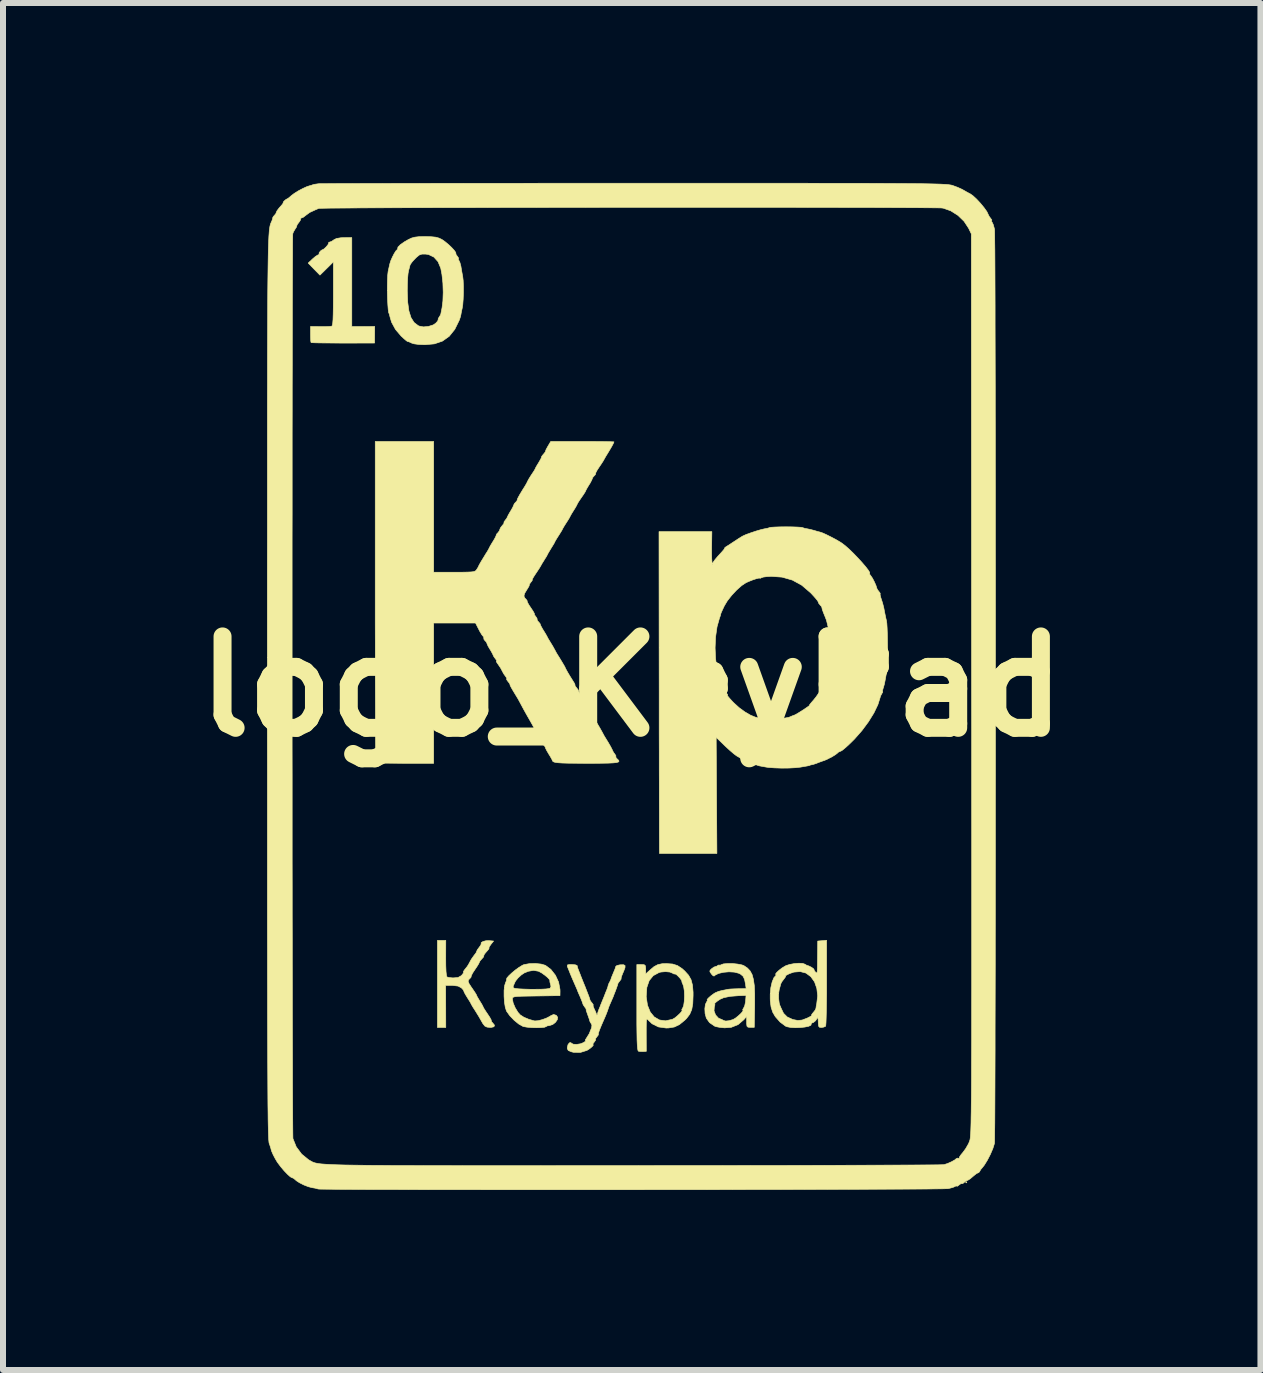
<source format=kicad_pcb>
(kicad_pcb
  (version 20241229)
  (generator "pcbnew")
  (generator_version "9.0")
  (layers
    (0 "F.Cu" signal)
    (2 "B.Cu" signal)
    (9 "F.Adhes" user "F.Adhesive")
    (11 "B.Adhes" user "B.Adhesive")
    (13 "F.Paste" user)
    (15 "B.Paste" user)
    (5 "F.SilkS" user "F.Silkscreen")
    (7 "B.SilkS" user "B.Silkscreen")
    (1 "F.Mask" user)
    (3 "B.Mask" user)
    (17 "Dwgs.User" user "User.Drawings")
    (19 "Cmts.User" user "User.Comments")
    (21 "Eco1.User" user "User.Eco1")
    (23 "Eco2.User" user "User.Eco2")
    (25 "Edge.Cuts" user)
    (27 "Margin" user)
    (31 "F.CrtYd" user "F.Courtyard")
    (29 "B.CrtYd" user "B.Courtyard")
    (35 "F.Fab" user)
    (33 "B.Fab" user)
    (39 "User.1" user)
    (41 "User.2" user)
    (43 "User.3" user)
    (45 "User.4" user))
  (footprint "logo_KeyPad"
    (layer "F.Cu")
    (at 7.482 8.395)
    (property "Reference" "logo_KeyPad" (at 0 0 0) (layer "F.SilkS") (effects (font (size 1.524 1.524) (thickness 0.3))))
    (attr through_hole)
    (fp_poly (pts (xy 5.588 8.266) (xy 5.577 8.276) (xy 5.567 8.266) (xy 5.577 8.255) (xy 5.588 8.266)) (stroke (width 0.01) (type solid)) (fill yes) (layer "F.SilkS"))
    (fp_poly (pts (xy -4.667 -6.742) (xy -4.667 -6.001) (xy -4.476 -6.001) (xy -4.285 -6.002) (xy -4.286 -5.864) (xy -4.287 -5.726) (xy -4.812 -5.725) (xy -4.957 -5.726) (xy -5.087 -5.727) (xy -5.197 -5.728) (xy -5.28 -5.73) (xy -5.332 -5.732) (xy -5.346 -5.734) (xy -5.351 -5.758) (xy -5.354 -5.813) (xy -5.355 -5.873) (xy -5.355 -6.002) (xy -5.191 -6) (xy -5.109 -6) (xy -5.043 -6.002) (xy -5.004 -6.006) (xy -5.001 -6.007) (xy -4.992 -6.02) (xy -4.985 -6.055) (xy -4.98 -6.116) (xy -4.977 -6.207) (xy -4.975 -6.331) (xy -4.974 -6.493) (xy -4.974 -6.547) (xy -4.974 -7.079) (xy -5.086 -6.968) (xy -5.198 -6.858) (xy -5.296 -6.958) (xy -5.394 -7.059) (xy -5.321 -7.128) (xy -5.273 -7.169) (xy -5.235 -7.193) (xy -5.224 -7.197) (xy -5.21 -7.205) (xy -5.213 -7.21) (xy -5.211 -7.232) (xy -5.188 -7.261) (xy -5.161 -7.28) (xy -5.155 -7.281) (xy -5.13 -7.295) (xy -5.096 -7.327) (xy -5.066 -7.363) (xy -5.052 -7.39) (xy -5.053 -7.396) (xy -5.049 -7.407) (xy -5.038 -7.408) (xy -5.001 -7.422) (xy -4.969 -7.445) (xy -4.923 -7.469) (xy -4.85 -7.481) (xy -4.798 -7.483) (xy -4.667 -7.484) (xy -4.667 -6.742)) (stroke (width 0.01) (type solid)) (fill yes) (layer "F.SilkS"))
    (fp_poly (pts (xy 0.682 4.627) (xy 0.763 4.653) (xy 0.84 4.704) (xy 0.884 4.744) (xy 0.947 4.813) (xy 0.989 4.888) (xy 1.013 4.979) (xy 1.023 5.096) (xy 1.023 5.154) (xy 1.018 5.285) (xy 1.001 5.385) (xy 0.967 5.465) (xy 0.913 5.536) (xy 0.884 5.564) (xy 0.796 5.636) (xy 0.711 5.677) (xy 0.614 5.693) (xy 0.574 5.694) (xy 0.446 5.676) (xy 0.339 5.623) (xy 0.276 5.562) (xy 0.262 5.547) (xy 0.252 5.547) (xy 0.246 5.567) (xy 0.243 5.613) (xy 0.242 5.69) (xy 0.242 5.801) (xy 0.243 6.083) (xy 0.19 6.086) (xy 0.139 6.085) (xy 0.111 6.08) (xy 0.104 6.068) (xy 0.098 6.036) (xy 0.093 5.979) (xy 0.089 5.895) (xy 0.087 5.781) (xy 0.085 5.632) (xy 0.085 5.446) (xy 0.085 5.353) (xy 0.085 5.161) (xy 0.242 5.161) (xy 0.242 5.175) (xy 0.263 5.315) (xy 0.309 5.428) (xy 0.376 5.51) (xy 0.463 5.56) (xy 0.564 5.574) (xy 0.678 5.549) (xy 0.682 5.547) (xy 0.717 5.527) (xy 0.759 5.493) (xy 0.8 5.455) (xy 0.831 5.421) (xy 0.842 5.4) (xy 0.837 5.397) (xy 0.835 5.384) (xy 0.848 5.364) (xy 0.866 5.32) (xy 0.876 5.249) (xy 0.88 5.163) (xy 0.877 5.077) (xy 0.866 5.004) (xy 0.854 4.969) (xy 0.837 4.929) (xy 0.835 4.911) (xy 0.836 4.911) (xy 0.83 4.897) (xy 0.804 4.862) (xy 0.79 4.847) (xy 0.753 4.81) (xy 0.727 4.793) (xy 0.723 4.794) (xy 0.701 4.792) (xy 0.686 4.782) (xy 0.636 4.761) (xy 0.563 4.754) (xy 0.485 4.761) (xy 0.455 4.769) (xy 0.359 4.821) (xy 0.291 4.904) (xy 0.252 5.017) (xy 0.242 5.161) (xy 0.085 5.161) (xy 0.085 4.636) (xy 0.159 4.636) (xy 0.207 4.638) (xy 0.228 4.656) (xy 0.233 4.7) (xy 0.233 4.714) (xy 0.233 4.792) (xy 0.302 4.73) (xy 0.373 4.67) (xy 0.436 4.637) (xy 0.507 4.622) (xy 0.58 4.62) (xy 0.682 4.627)) (stroke (width 0.01) (type solid)) (fill yes) (layer "F.SilkS"))
    (fp_poly (pts (xy -1.51 4.628) (xy -1.439 4.649) (xy -1.348 4.717) (xy -1.272 4.814) (xy -1.219 4.929) (xy -1.196 5.051) (xy -1.195 5.08) (xy -1.196 5.154) (xy -1.593 5.16) (xy -1.731 5.162) (xy -1.833 5.164) (xy -1.904 5.167) (xy -1.949 5.172) (xy -1.975 5.18) (xy -1.986 5.19) (xy -1.989 5.205) (xy -1.989 5.213) (xy -1.976 5.279) (xy -1.942 5.358) (xy -1.897 5.432) (xy -1.86 5.474) (xy -1.798 5.514) (xy -1.713 5.55) (xy -1.626 5.574) (xy -1.614 5.576) (xy -1.561 5.572) (xy -1.49 5.554) (xy -1.418 5.527) (xy -1.362 5.498) (xy -1.352 5.49) (xy -1.303 5.468) (xy -1.258 5.482) (xy -1.235 5.515) (xy -1.24 5.554) (xy -1.271 5.599) (xy -1.317 5.635) (xy -1.365 5.651) (xy -1.368 5.652) (xy -1.41 5.659) (xy -1.427 5.67) (xy -1.454 5.681) (xy -1.512 5.687) (xy -1.587 5.689) (xy -1.669 5.687) (xy -1.745 5.68) (xy -1.804 5.67) (xy -1.815 5.666) (xy -1.884 5.627) (xy -1.961 5.564) (xy -2.032 5.49) (xy -2.085 5.416) (xy -2.088 5.411) (xy -2.108 5.349) (xy -2.122 5.262) (xy -2.128 5.164) (xy -2.128 5.067) (xy -2.122 5.014) (xy -1.977 5.014) (xy -1.97 5.026) (xy -1.942 5.034) (xy -1.882 5.041) (xy -1.8 5.045) (xy -1.703 5.048) (xy -1.603 5.048) (xy -1.509 5.047) (xy -1.43 5.043) (xy -1.377 5.036) (xy -1.361 5.031) (xy -1.346 5.001) (xy -1.354 4.965) (xy -1.365 4.924) (xy -1.364 4.906) (xy -1.371 4.886) (xy -1.402 4.852) (xy -1.449 4.813) (xy -1.501 4.776) (xy -1.547 4.751) (xy -1.556 4.747) (xy -1.637 4.733) (xy -1.723 4.748) (xy -1.792 4.776) (xy -1.841 4.809) (xy -1.893 4.857) (xy -1.935 4.908) (xy -1.957 4.95) (xy -1.958 4.957) (xy -1.971 4.983) (xy -1.974 4.986) (xy -1.977 5.014) (xy -2.122 5.014) (xy -2.119 4.988) (xy -2.106 4.945) (xy -2.089 4.904) (xy -2.087 4.883) (xy -2.082 4.862) (xy -2.05 4.824) (xy -2 4.777) (xy -1.94 4.727) (xy -1.878 4.682) (xy -1.824 4.649) (xy -1.797 4.637) (xy -1.707 4.621) (xy -1.605 4.618) (xy -1.51 4.628)) (stroke (width 0.01) (type solid)) (fill yes) (layer "F.SilkS"))
    (fp_poly (pts (xy -3.101 4.531) (xy -3.1 4.656) (xy -3.096 4.752) (xy -3.089 4.816) (xy -3.08 4.843) (xy -3.047 4.852) (xy -2.99 4.858) (xy -2.968 4.858) (xy -2.896 4.852) (xy -2.846 4.824) (xy -2.832 4.811) (xy -2.806 4.778) (xy -2.803 4.763) (xy -2.805 4.763) (xy -2.805 4.749) (xy -2.782 4.717) (xy -2.78 4.715) (xy -2.744 4.67) (xy -2.722 4.636) (xy -2.675 4.549) (xy -2.624 4.477) (xy -2.619 4.472) (xy -2.593 4.436) (xy -2.586 4.417) (xy -2.574 4.39) (xy -2.544 4.35) (xy -2.517 4.313) (xy -2.51 4.291) (xy -2.51 4.291) (xy -2.51 4.271) (xy -2.48 4.252) (xy -2.432 4.239) (xy -2.381 4.237) (xy -2.303 4.244) (xy -2.349 4.302) (xy -2.375 4.34) (xy -2.381 4.36) (xy -2.379 4.36) (xy -2.381 4.374) (xy -2.407 4.406) (xy -2.42 4.42) (xy -2.454 4.46) (xy -2.467 4.487) (xy -2.466 4.491) (xy -2.472 4.511) (xy -2.498 4.54) (xy -2.529 4.575) (xy -2.54 4.597) (xy -2.551 4.622) (xy -2.581 4.671) (xy -2.613 4.718) (xy -2.65 4.774) (xy -2.672 4.816) (xy -2.676 4.831) (xy -2.681 4.851) (xy -2.698 4.868) (xy -2.721 4.892) (xy -2.727 4.917) (xy -2.712 4.954) (xy -2.675 5.011) (xy -2.656 5.038) (xy -2.618 5.094) (xy -2.593 5.134) (xy -2.586 5.149) (xy -2.578 5.168) (xy -2.553 5.211) (xy -2.533 5.244) (xy -2.5 5.297) (xy -2.48 5.335) (xy -2.477 5.344) (xy -2.465 5.366) (xy -2.436 5.412) (xy -2.404 5.459) (xy -2.367 5.515) (xy -2.344 5.557) (xy -2.341 5.572) (xy -2.335 5.591) (xy -2.318 5.609) (xy -2.288 5.647) (xy -2.297 5.673) (xy -2.344 5.684) (xy -2.36 5.684) (xy -2.412 5.679) (xy -2.448 5.662) (xy -2.48 5.623) (xy -2.512 5.567) (xy -2.548 5.504) (xy -2.594 5.429) (xy -2.614 5.397) (xy -2.649 5.343) (xy -2.672 5.303) (xy -2.678 5.292) (xy -2.689 5.269) (xy -2.717 5.224) (xy -2.741 5.186) (xy -2.775 5.13) (xy -2.796 5.09) (xy -2.799 5.077) (xy -2.811 5.055) (xy -2.839 5.025) (xy -2.895 4.995) (xy -2.983 4.984) (xy -2.992 4.984) (xy -3.102 4.983) (xy -3.101 5.334) (xy -3.1 5.685) (xy -3.239 5.685) (xy -3.239 4.233) (xy -3.1 4.233) (xy -3.101 4.531)) (stroke (width 0.01) (type solid)) (fill yes) (layer "F.SilkS"))
    (fp_poly (pts (xy 1.683 4.619) (xy 1.767 4.628) (xy 1.838 4.642) (xy 1.871 4.655) (xy 1.929 4.694) (xy 1.973 4.741) (xy 2.007 4.803) (xy 2.029 4.884) (xy 2.044 4.989) (xy 2.05 5.125) (xy 2.05 5.295) (xy 2.049 5.366) (xy 2.043 5.683) (xy 1.979 5.683) (xy 1.939 5.68) (xy 1.921 5.663) (xy 1.916 5.621) (xy 1.916 5.592) (xy 1.916 5.501) (xy 1.869 5.555) (xy 1.772 5.638) (xy 1.658 5.683) (xy 1.548 5.691) (xy 1.473 5.684) (xy 1.409 5.672) (xy 1.383 5.663) (xy 1.297 5.604) (xy 1.246 5.532) (xy 1.243 5.525) (xy 1.223 5.452) (xy 1.221 5.408) (xy 1.372 5.408) (xy 1.398 5.476) (xy 1.447 5.53) (xy 1.506 5.554) (xy 1.533 5.569) (xy 1.567 5.578) (xy 1.624 5.572) (xy 1.688 5.553) (xy 1.693 5.551) (xy 1.73 5.529) (xy 1.774 5.494) (xy 1.816 5.456) (xy 1.847 5.421) (xy 1.858 5.4) (xy 1.853 5.397) (xy 1.851 5.384) (xy 1.864 5.364) (xy 1.884 5.322) (xy 1.897 5.259) (xy 1.899 5.241) (xy 1.906 5.151) (xy 1.784 5.155) (xy 1.64 5.166) (xy 1.534 5.188) (xy 1.476 5.213) (xy 1.433 5.241) (xy 1.398 5.269) (xy 1.381 5.288) (xy 1.384 5.292) (xy 1.387 5.308) (xy 1.377 5.34) (xy 1.372 5.408) (xy 1.221 5.408) (xy 1.219 5.372) (xy 1.228 5.302) (xy 1.245 5.265) (xy 1.262 5.237) (xy 1.258 5.228) (xy 1.258 5.217) (xy 1.283 5.19) (xy 1.323 5.155) (xy 1.368 5.122) (xy 1.392 5.107) (xy 1.446 5.084) (xy 1.507 5.068) (xy 1.565 5.057) (xy 1.608 5.048) (xy 1.609 5.048) (xy 1.646 5.044) (xy 1.71 5.041) (xy 1.774 5.039) (xy 1.908 5.038) (xy 1.898 4.969) (xy 1.882 4.885) (xy 1.857 4.832) (xy 1.816 4.797) (xy 1.784 4.781) (xy 1.71 4.762) (xy 1.621 4.757) (xy 1.529 4.765) (xy 1.448 4.784) (xy 1.39 4.813) (xy 1.376 4.827) (xy 1.358 4.824) (xy 1.328 4.793) (xy 1.328 4.792) (xy 1.303 4.755) (xy 1.306 4.731) (xy 1.333 4.705) (xy 1.371 4.678) (xy 1.392 4.671) (xy 1.42 4.662) (xy 1.434 4.652) (xy 1.457 4.641) (xy 1.46 4.646) (xy 1.473 4.649) (xy 1.487 4.64) (xy 1.529 4.625) (xy 1.599 4.619) (xy 1.683 4.619)) (stroke (width 0.01) (type solid)) (fill yes) (layer "F.SilkS"))
    (fp_poly (pts (xy 3.249 4.94) (xy 3.249 5.109) (xy 3.247 5.265) (xy 3.245 5.402) (xy 3.242 5.516) (xy 3.239 5.601) (xy 3.235 5.652) (xy 3.232 5.665) (xy 3.2 5.679) (xy 3.163 5.685) (xy 3.132 5.682) (xy 3.116 5.664) (xy 3.111 5.619) (xy 3.11 5.59) (xy 3.107 5.54) (xy 3.1 5.519) (xy 3.096 5.524) (xy 3.065 5.573) (xy 3.025 5.604) (xy 3.006 5.609) (xy 2.991 5.621) (xy 2.993 5.627) (xy 2.987 5.648) (xy 2.949 5.665) (xy 2.886 5.678) (xy 2.81 5.686) (xy 2.729 5.689) (xy 2.653 5.685) (xy 2.591 5.673) (xy 2.565 5.663) (xy 2.474 5.595) (xy 2.393 5.503) (xy 2.35 5.429) (xy 2.323 5.344) (xy 2.31 5.241) (xy 2.309 5.202) (xy 2.449 5.202) (xy 2.459 5.279) (xy 2.469 5.313) (xy 2.484 5.347) (xy 2.487 5.355) (xy 2.531 5.448) (xy 2.593 5.51) (xy 2.683 5.551) (xy 2.69 5.553) (xy 2.768 5.568) (xy 2.841 5.561) (xy 2.925 5.529) (xy 2.963 5.51) (xy 2.996 5.491) (xy 3 5.482) (xy 3 5.482) (xy 3 5.469) (xy 3.024 5.438) (xy 3.026 5.436) (xy 3.058 5.396) (xy 3.071 5.367) (xy 3.076 5.33) (xy 3.084 5.292) (xy 3.1 5.158) (xy 3.086 5.034) (xy 3.048 4.925) (xy 2.986 4.838) (xy 2.905 4.778) (xy 2.809 4.753) (xy 2.702 4.762) (xy 2.632 4.786) (xy 2.586 4.809) (xy 2.565 4.823) (xy 2.566 4.825) (xy 2.565 4.839) (xy 2.541 4.873) (xy 2.536 4.879) (xy 2.502 4.924) (xy 2.485 4.958) (xy 2.484 4.959) (xy 2.475 4.997) (xy 2.46 5.048) (xy 2.449 5.118) (xy 2.449 5.202) (xy 2.309 5.202) (xy 2.309 5.13) (xy 2.319 5.022) (xy 2.341 4.926) (xy 2.371 4.854) (xy 2.401 4.821) (xy 2.41 4.807) (xy 2.404 4.805) (xy 2.398 4.794) (xy 2.418 4.767) (xy 2.457 4.731) (xy 2.506 4.693) (xy 2.557 4.662) (xy 2.572 4.654) (xy 2.634 4.634) (xy 2.71 4.62) (xy 2.787 4.614) (xy 2.851 4.617) (xy 2.887 4.63) (xy 2.887 4.63) (xy 2.915 4.647) (xy 2.917 4.648) (xy 2.952 4.659) (xy 2.994 4.68) (xy 3.028 4.703) (xy 3.039 4.718) (xy 3.046 4.741) (xy 3.061 4.758) (xy 3.075 4.771) (xy 3.084 4.776) (xy 3.091 4.767) (xy 3.094 4.738) (xy 3.096 4.683) (xy 3.097 4.597) (xy 3.098 4.503) (xy 3.101 4.244) (xy 3.175 4.238) (xy 3.249 4.231) (xy 3.249 4.94)) (stroke (width 0.01) (type solid)) (fill yes) (layer "F.SilkS"))
    (fp_poly (pts (xy -3.44 -7.501) (xy -3.339 -7.498) (xy -3.269 -7.491) (xy -3.214 -7.476) (xy -3.164 -7.452) (xy -3.114 -7.417) (xy -3.057 -7.37) (xy -3.003 -7.319) (xy -2.959 -7.271) (xy -2.934 -7.235) (xy -2.932 -7.221) (xy -2.928 -7.2) (xy -2.907 -7.172) (xy -2.887 -7.143) (xy -2.889 -7.133) (xy -2.892 -7.12) (xy -2.882 -7.105) (xy -2.864 -7.067) (xy -2.848 -7.008) (xy -2.846 -6.994) (xy -2.833 -6.916) (xy -2.819 -6.841) (xy -2.818 -6.837) (xy -2.81 -6.769) (xy -2.806 -6.673) (xy -2.806 -6.565) (xy -2.81 -6.457) (xy -2.817 -6.365) (xy -2.826 -6.308) (xy -2.839 -6.249) (xy -2.847 -6.205) (xy -2.847 -6.202) (xy -2.857 -6.16) (xy -2.875 -6.107) (xy -2.95 -5.954) (xy -3.043 -5.838) (xy -3.156 -5.758) (xy -3.291 -5.712) (xy -3.447 -5.698) (xy -3.549 -5.702) (xy -3.63 -5.713) (xy -3.671 -5.726) (xy -3.713 -5.746) (xy -3.735 -5.751) (xy -3.754 -5.762) (xy -3.794 -5.796) (xy -3.844 -5.842) (xy -3.938 -5.952) (xy -4.004 -6.074) (xy -4.03 -6.162) (xy -4.039 -6.2) (xy -4.043 -6.212) (xy -4.052 -6.232) (xy -4.06 -6.286) (xy -4.066 -6.366) (xy -4.071 -6.463) (xy -4.074 -6.569) (xy -4.074 -6.592) (xy -3.742 -6.592) (xy -3.735 -6.408) (xy -3.715 -6.262) (xy -3.68 -6.15) (xy -3.629 -6.069) (xy -3.56 -6.016) (xy -3.545 -6.009) (xy -3.473 -5.995) (xy -3.388 -6.003) (xy -3.309 -6.028) (xy -3.269 -6.055) (xy -3.237 -6.09) (xy -3.227 -6.112) (xy -3.228 -6.114) (xy -3.225 -6.136) (xy -3.213 -6.154) (xy -3.189 -6.193) (xy -3.183 -6.209) (xy -3.176 -6.245) (xy -3.165 -6.301) (xy -3.163 -6.308) (xy -3.148 -6.427) (xy -3.143 -6.571) (xy -3.148 -6.724) (xy -3.164 -6.869) (xy -3.184 -6.974) (xy -3.229 -7.082) (xy -3.298 -7.159) (xy -3.388 -7.202) (xy -3.437 -7.209) (xy -3.497 -7.209) (xy -3.541 -7.194) (xy -3.587 -7.157) (xy -3.61 -7.134) (xy -3.657 -7.084) (xy -3.688 -7.041) (xy -3.696 -7.025) (xy -3.706 -6.985) (xy -3.721 -6.93) (xy -3.729 -6.884) (xy -3.736 -6.807) (xy -3.74 -6.708) (xy -3.742 -6.599) (xy -3.742 -6.592) (xy -4.074 -6.592) (xy -4.074 -6.676) (xy -4.072 -6.776) (xy -4.068 -6.861) (xy -4.061 -6.921) (xy -4.059 -6.93) (xy -4.045 -6.993) (xy -4.034 -7.042) (xy -4.032 -7.05) (xy -4.017 -7.098) (xy -3.991 -7.157) (xy -3.961 -7.216) (xy -3.932 -7.262) (xy -3.913 -7.281) (xy -3.912 -7.281) (xy -3.901 -7.294) (xy -3.903 -7.299) (xy -3.897 -7.326) (xy -3.857 -7.366) (xy -3.79 -7.413) (xy -3.726 -7.45) (xy -3.671 -7.476) (xy -3.617 -7.491) (xy -3.548 -7.499) (xy -3.453 -7.501) (xy -3.44 -7.501)) (stroke (width 0.01) (type solid)) (fill yes) (layer "F.SilkS"))
    (fp_poly (pts (xy -0.942 4.64) (xy -0.912 4.651) (xy -0.91 4.655) (xy -0.903 4.688) (xy -0.885 4.735) (xy -0.867 4.78) (xy -0.857 4.805) (xy -0.847 4.832) (xy -0.827 4.882) (xy -0.806 4.935) (xy -0.79 4.974) (xy -0.776 5.008) (xy -0.773 5.016) (xy -0.763 5.042) (xy -0.745 5.088) (xy -0.744 5.091) (xy -0.714 5.168) (xy -0.699 5.212) (xy -0.696 5.228) (xy -0.683 5.25) (xy -0.662 5.276) (xy -0.642 5.304) (xy -0.643 5.313) (xy -0.644 5.329) (xy -0.628 5.369) (xy -0.625 5.376) (xy -0.602 5.424) (xy -0.591 5.454) (xy -0.59 5.455) (xy -0.582 5.479) (xy -0.572 5.475) (xy -0.572 5.466) (xy -0.564 5.431) (xy -0.547 5.383) (xy -0.528 5.338) (xy -0.519 5.313) (xy -0.508 5.286) (xy -0.502 5.271) (xy -0.485 5.229) (xy -0.463 5.176) (xy -0.444 5.127) (xy -0.434 5.101) (xy -0.423 5.075) (xy -0.415 5.055) (xy -0.398 5.009) (xy -0.395 4.992) (xy -0.38 4.949) (xy -0.37 4.932) (xy -0.351 4.893) (xy -0.346 4.879) (xy -0.336 4.848) (xy -0.314 4.795) (xy -0.305 4.773) (xy -0.281 4.716) (xy -0.267 4.675) (xy -0.266 4.667) (xy -0.246 4.652) (xy -0.199 4.641) (xy -0.185 4.64) (xy -0.135 4.639) (xy -0.111 4.653) (xy -0.112 4.688) (xy -0.136 4.752) (xy -0.148 4.778) (xy -0.169 4.831) (xy -0.178 4.863) (xy -0.176 4.868) (xy -0.178 4.881) (xy -0.196 4.905) (xy -0.222 4.938) (xy -0.23 4.953) (xy -0.237 4.979) (xy -0.254 5.028) (xy -0.275 5.085) (xy -0.29 5.122) (xy -0.303 5.156) (xy -0.306 5.165) (xy -0.316 5.189) (xy -0.337 5.237) (xy -0.347 5.26) (xy -0.372 5.317) (xy -0.388 5.358) (xy -0.39 5.366) (xy -0.403 5.405) (xy -0.426 5.465) (xy -0.452 5.527) (xy -0.465 5.556) (xy -0.506 5.65) (xy -0.537 5.726) (xy -0.555 5.778) (xy -0.557 5.799) (xy -0.556 5.8) (xy -0.559 5.813) (xy -0.582 5.842) (xy -0.604 5.872) (xy -0.603 5.884) (xy -0.603 5.897) (xy -0.624 5.927) (xy -0.647 5.957) (xy -0.646 5.969) (xy -0.64 5.979) (xy -0.661 6.005) (xy -0.698 6.036) (xy -0.743 6.065) (xy -0.746 6.067) (xy -0.855 6.101) (xy -0.972 6.099) (xy -1.01 6.089) (xy -1.058 6.068) (xy -1.074 6.037) (xy -1.074 6.018) (xy -1.062 5.97) (xy -1.038 5.94) (xy -1.014 5.938) (xy -1.006 5.947) (xy -0.974 5.964) (xy -0.918 5.967) (xy -0.854 5.957) (xy -0.804 5.937) (xy -0.773 5.916) (xy -0.77 5.906) (xy -0.771 5.906) (xy -0.774 5.893) (xy -0.758 5.868) (xy -0.707 5.786) (xy -0.688 5.736) (xy -0.677 5.71) (xy -0.668 5.688) (xy -0.664 5.645) (xy -0.673 5.625) (xy -0.695 5.589) (xy -0.699 5.577) (xy -0.709 5.543) (xy -0.723 5.503) (xy -0.746 5.438) (xy -0.758 5.403) (xy -0.761 5.388) (xy -0.758 5.385) (xy -0.764 5.37) (xy -0.782 5.346) (xy -0.809 5.306) (xy -0.817 5.284) (xy -0.828 5.251) (xy -0.85 5.197) (xy -0.859 5.175) (xy -0.883 5.121) (xy -0.898 5.086) (xy -0.9 5.08) (xy -0.909 5.056) (xy -0.93 5.008) (xy -0.94 4.985) (xy -0.98 4.894) (xy -1.009 4.826) (xy -1.025 4.787) (xy -1.027 4.784) (xy -1.036 4.758) (xy -1.055 4.713) (xy -1.074 4.665) (xy -1.071 4.642) (xy -1.04 4.636) (xy -0.995 4.636) (xy -0.942 4.64)) (stroke (width 0.01) (type solid)) (fill yes) (layer "F.SilkS"))
    (fp_poly (pts (xy 2.672 -2.661) (xy 2.758 -2.658) (xy 2.819 -2.654) (xy 2.847 -2.649) (xy 2.883 -2.637) (xy 2.921 -2.63) (xy 2.979 -2.618) (xy 3.044 -2.601) (xy 3.099 -2.584) (xy 3.137 -2.575) (xy 3.139 -2.574) (xy 3.179 -2.561) (xy 3.244 -2.532) (xy 3.322 -2.493) (xy 3.402 -2.451) (xy 3.472 -2.41) (xy 3.503 -2.39) (xy 3.558 -2.348) (xy 3.625 -2.289) (xy 3.697 -2.219) (xy 3.77 -2.143) (xy 3.839 -2.068) (xy 3.898 -1.999) (xy 3.942 -1.942) (xy 3.967 -1.902) (xy 3.967 -1.884) (xy 3.965 -1.884) (xy 3.967 -1.871) (xy 3.986 -1.846) (xy 4.014 -1.805) (xy 4.045 -1.745) (xy 4.072 -1.684) (xy 4.086 -1.639) (xy 4.087 -1.635) (xy 4.101 -1.609) (xy 4.122 -1.582) (xy 4.143 -1.554) (xy 4.142 -1.545) (xy 4.141 -1.528) (xy 4.152 -1.483) (xy 4.161 -1.457) (xy 4.183 -1.388) (xy 4.199 -1.326) (xy 4.202 -1.314) (xy 4.222 -1.21) (xy 4.238 -1.133) (xy 4.246 -1.101) (xy 4.253 -1.054) (xy 4.258 -0.974) (xy 4.262 -0.87) (xy 4.264 -0.751) (xy 4.266 -0.627) (xy 4.265 -0.507) (xy 4.263 -0.401) (xy 4.26 -0.316) (xy 4.255 -0.263) (xy 4.254 -0.26) (xy 4.239 -0.182) (xy 4.225 -0.105) (xy 4.225 -0.103) (xy 4.211 -0.034) (xy 4.193 0.028) (xy 4.192 0.029) (xy 4.181 0.069) (xy 4.184 0.085) (xy 4.183 0.098) (xy 4.173 0.113) (xy 4.149 0.158) (xy 4.142 0.182) (xy 4.104 0.303) (xy 4.038 0.441) (xy 3.947 0.588) (xy 3.838 0.735) (xy 3.715 0.875) (xy 3.679 0.911) (xy 3.609 0.979) (xy 3.548 1.033) (xy 3.503 1.069) (xy 3.482 1.079) (xy 3.447 1.094) (xy 3.428 1.112) (xy 3.396 1.137) (xy 3.341 1.171) (xy 3.276 1.204) (xy 3.218 1.231) (xy 3.191 1.24) (xy 3.164 1.249) (xy 3.138 1.259) (xy 3.107 1.27) (xy 3.087 1.279) (xy 3.034 1.297) (xy 3.013 1.302) (xy 2.98 1.309) (xy 2.974 1.312) (xy 2.966 1.316) (xy 2.937 1.323) (xy 2.879 1.333) (xy 2.811 1.345) (xy 2.728 1.354) (xy 2.619 1.36) (xy 2.498 1.361) (xy 2.381 1.357) (xy 2.283 1.35) (xy 2.248 1.345) (xy 2.174 1.332) (xy 2.127 1.323) (xy 2.094 1.313) (xy 2.058 1.299) (xy 2.046 1.294) (xy 2 1.277) (xy 1.972 1.269) (xy 1.941 1.259) (xy 1.887 1.233) (xy 1.822 1.2) (xy 1.761 1.164) (xy 1.746 1.155) (xy 1.702 1.122) (xy 1.639 1.068) (xy 1.569 1.004) (xy 1.545 0.981) (xy 1.408 0.848) (xy 1.42 2.784) (xy 0.943 2.784) (xy 0.805 2.784) (xy 0.683 2.784) (xy 0.583 2.784) (xy 0.509 2.784) (xy 0.469 2.784) (xy 0.463 2.784) (xy 0.463 2.763) (xy 0.462 2.702) (xy 0.462 2.604) (xy 0.461 2.472) (xy 0.461 2.307) (xy 0.461 2.112) (xy 0.46 1.89) (xy 0.46 1.644) (xy 0.459 1.375) (xy 0.459 1.086) (xy 0.458 0.781) (xy 0.458 0.46) (xy 0.458 0.128) (xy 0.458 0.101) (xy 0.457 -0.644) (xy 1.39 -0.644) (xy 1.398 -0.463) (xy 1.422 -0.296) (xy 1.46 -0.159) (xy 1.471 -0.12) (xy 1.467 -0.106) (xy 1.47 -0.093) (xy 1.492 -0.064) (xy 1.515 -0.033) (xy 1.513 -0.021) (xy 1.513 -0.008) (xy 1.535 0.021) (xy 1.557 0.052) (xy 1.556 0.064) (xy 1.555 0.077) (xy 1.577 0.106) (xy 1.599 0.136) (xy 1.597 0.148) (xy 1.602 0.162) (xy 1.632 0.198) (xy 1.68 0.251) (xy 1.705 0.276) (xy 1.791 0.354) (xy 1.887 0.424) (xy 1.98 0.478) (xy 2.06 0.511) (xy 2.083 0.516) (xy 2.12 0.529) (xy 2.13 0.535) (xy 2.159 0.543) (xy 2.219 0.546) (xy 2.301 0.545) (xy 2.392 0.541) (xy 2.483 0.534) (xy 2.562 0.525) (xy 2.619 0.514) (xy 2.635 0.508) (xy 2.682 0.488) (xy 2.71 0.478) (xy 2.711 0.478) (xy 2.734 0.467) (xy 2.778 0.441) (xy 2.833 0.407) (xy 2.888 0.371) (xy 2.933 0.34) (xy 2.959 0.321) (xy 2.96 0.318) (xy 2.966 0.304) (xy 2.995 0.268) (xy 3.03 0.228) (xy 3.071 0.177) (xy 3.115 0.114) (xy 3.155 0.048) (xy 3.185 -0.01) (xy 3.199 -0.049) (xy 3.199 -0.058) (xy 3.205 -0.079) (xy 3.225 -0.121) (xy 3.228 -0.127) (xy 3.247 -0.169) (xy 3.252 -0.19) (xy 3.251 -0.191) (xy 3.25 -0.208) (xy 3.262 -0.252) (xy 3.268 -0.27) (xy 3.28 -0.328) (xy 3.289 -0.417) (xy 3.294 -0.527) (xy 3.296 -0.646) (xy 3.295 -0.764) (xy 3.29 -0.87) (xy 3.281 -0.954) (xy 3.277 -0.979) (xy 3.26 -1.05) (xy 3.25 -1.091) (xy 3.242 -1.117) (xy 3.233 -1.139) (xy 3.232 -1.143) (xy 3.195 -1.234) (xy 3.175 -1.29) (xy 3.171 -1.316) (xy 3.159 -1.339) (xy 3.143 -1.355) (xy 3.116 -1.389) (xy 3.111 -1.406) (xy 3.098 -1.431) (xy 3.06 -1.477) (xy 3.006 -1.537) (xy 2.981 -1.563) (xy 2.835 -1.688) (xy 2.678 -1.774) (xy 2.507 -1.823) (xy 2.329 -1.836) (xy 2.254 -1.832) (xy 2.194 -1.824) (xy 2.164 -1.814) (xy 2.141 -1.803) (xy 2.138 -1.806) (xy 2.12 -1.807) (xy 2.075 -1.796) (xy 2.015 -1.776) (xy 1.952 -1.751) (xy 1.905 -1.73) (xy 1.832 -1.682) (xy 1.748 -1.607) (xy 1.665 -1.518) (xy 1.593 -1.426) (xy 1.544 -1.344) (xy 1.513 -1.278) (xy 1.491 -1.229) (xy 1.483 -1.206) (xy 1.478 -1.181) (xy 1.462 -1.137) (xy 1.422 -0.994) (xy 1.398 -0.825) (xy 1.39 -0.644) (xy 0.457 -0.644) (xy 0.455 -2.582) (xy 1.336 -2.582) (xy 1.332 -2.317) (xy 1.332 -2.214) (xy 1.334 -2.128) (xy 1.339 -2.066) (xy 1.345 -2.037) (xy 1.345 -2.036) (xy 1.353 -2.036) (xy 1.349 -2.044) (xy 1.356 -2.069) (xy 1.388 -2.114) (xy 1.437 -2.172) (xy 1.451 -2.187) (xy 1.502 -2.243) (xy 1.538 -2.285) (xy 1.551 -2.306) (xy 1.55 -2.307) (xy 1.553 -2.316) (xy 1.579 -2.334) (xy 1.623 -2.361) (xy 1.683 -2.401) (xy 1.717 -2.423) (xy 1.779 -2.464) (xy 1.835 -2.499) (xy 1.855 -2.51) (xy 1.908 -2.534) (xy 1.986 -2.562) (xy 2.073 -2.591) (xy 2.155 -2.615) (xy 2.215 -2.629) (xy 2.223 -2.63) (xy 2.272 -2.64) (xy 2.297 -2.649) (xy 2.325 -2.654) (xy 2.387 -2.658) (xy 2.472 -2.661) (xy 2.572 -2.662) (xy 2.672 -2.661)) (stroke (width 0.01) (type solid)) (fill yes) (layer "F.SilkS"))
    (fp_poly (pts (xy -0.823 -4.085) (xy -0.679 -4.085) (xy -0.55 -4.084) (xy -0.441 -4.083) (xy -0.359 -4.081) (xy -0.309 -4.079) (xy -0.296 -4.078) (xy -0.306 -4.053) (xy -0.331 -4.005) (xy -0.365 -3.947) (xy -0.4 -3.889) (xy -0.403 -3.884) (xy -0.435 -3.832) (xy -0.458 -3.791) (xy -0.459 -3.789) (xy -0.479 -3.754) (xy -0.514 -3.7) (xy -0.542 -3.659) (xy -0.578 -3.604) (xy -0.599 -3.564) (xy -0.601 -3.551) (xy -0.607 -3.531) (xy -0.624 -3.514) (xy -0.651 -3.483) (xy -0.656 -3.468) (xy -0.667 -3.441) (xy -0.693 -3.391) (xy -0.713 -3.36) (xy -0.744 -3.308) (xy -0.763 -3.273) (xy -0.766 -3.265) (xy -0.775 -3.246) (xy -0.802 -3.203) (xy -0.836 -3.154) (xy -0.875 -3.097) (xy -0.902 -3.054) (xy -0.91 -3.037) (xy -0.921 -3.014) (xy -0.947 -2.969) (xy -0.968 -2.936) (xy -1.001 -2.883) (xy -1.022 -2.846) (xy -1.027 -2.836) (xy -1.038 -2.814) (xy -1.066 -2.768) (xy -1.09 -2.731) (xy -1.125 -2.676) (xy -1.148 -2.636) (xy -1.154 -2.625) (xy -1.165 -2.602) (xy -1.193 -2.557) (xy -1.217 -2.519) (xy -1.252 -2.464) (xy -1.275 -2.425) (xy -1.281 -2.413) (xy -1.292 -2.39) (xy -1.319 -2.345) (xy -1.336 -2.318) (xy -1.371 -2.26) (xy -1.398 -2.214) (xy -1.404 -2.201) (xy -1.425 -2.162) (xy -1.458 -2.111) (xy -1.46 -2.106) (xy -1.493 -2.054) (xy -1.516 -2.013) (xy -1.517 -2.011) (xy -1.537 -1.977) (xy -1.573 -1.922) (xy -1.602 -1.879) (xy -1.637 -1.825) (xy -1.657 -1.789) (xy -1.658 -1.778) (xy -1.66 -1.765) (xy -1.683 -1.736) (xy -1.706 -1.705) (xy -1.708 -1.693) (xy -1.71 -1.678) (xy -1.732 -1.639) (xy -1.747 -1.616) (xy -1.786 -1.551) (xy -1.797 -1.507) (xy -1.781 -1.473) (xy -1.767 -1.46) (xy -1.745 -1.434) (xy -1.744 -1.424) (xy -1.738 -1.403) (xy -1.713 -1.358) (xy -1.681 -1.31) (xy -1.645 -1.256) (xy -1.624 -1.218) (xy -1.622 -1.206) (xy -1.621 -1.194) (xy -1.601 -1.168) (xy -1.579 -1.135) (xy -1.577 -1.118) (xy -1.573 -1.098) (xy -1.556 -1.08) (xy -1.529 -1.049) (xy -1.524 -1.034) (xy -1.513 -1.007) (xy -1.486 -0.958) (xy -1.466 -0.926) (xy -1.433 -0.872) (xy -1.412 -0.835) (xy -1.408 -0.826) (xy -1.396 -0.803) (xy -1.369 -0.758) (xy -1.352 -0.73) (xy -1.317 -0.673) (xy -1.291 -0.626) (xy -1.284 -0.614) (xy -1.261 -0.57) (xy -1.244 -0.541) (xy -1.202 -0.474) (xy -1.162 -0.408) (xy -1.13 -0.354) (xy -1.112 -0.322) (xy -1.111 -0.318) (xy -1.098 -0.291) (xy -1.07 -0.24) (xy -1.032 -0.176) (xy -0.992 -0.112) (xy -0.98 -0.093) (xy -0.953 -0.049) (xy -0.944 -0.023) (xy -0.946 -0.021) (xy -0.943 -0.008) (xy -0.919 0.023) (xy -0.893 0.056) (xy -0.887 0.071) (xy -0.882 0.089) (xy -0.859 0.131) (xy -0.835 0.169) (xy -0.801 0.224) (xy -0.778 0.264) (xy -0.773 0.275) (xy -0.761 0.298) (xy -0.734 0.343) (xy -0.717 0.37) (xy -0.682 0.428) (xy -0.655 0.475) (xy -0.649 0.487) (xy -0.63 0.522) (xy -0.598 0.578) (xy -0.571 0.624) (xy -0.532 0.69) (xy -0.5 0.747) (xy -0.486 0.773) (xy -0.457 0.827) (xy -0.439 0.856) (xy -0.391 0.934) (xy -0.351 1.003) (xy -0.326 1.052) (xy -0.319 1.069) (xy -0.302 1.101) (xy -0.284 1.124) (xy -0.264 1.155) (xy -0.265 1.168) (xy -0.261 1.188) (xy -0.244 1.206) (xy -0.221 1.228) (xy -0.212 1.245) (xy -0.221 1.258) (xy -0.252 1.268) (xy -0.309 1.274) (xy -0.395 1.278) (xy -0.515 1.28) (xy -0.672 1.281) (xy -0.75 1.281) (xy -0.922 1.28) (xy -1.057 1.279) (xy -1.159 1.276) (xy -1.232 1.271) (xy -1.28 1.264) (xy -1.308 1.254) (xy -1.321 1.241) (xy -1.324 1.231) (xy -1.335 1.207) (xy -1.362 1.16) (xy -1.382 1.128) (xy -1.415 1.072) (xy -1.436 1.031) (xy -1.439 1.019) (xy -1.454 0.991) (xy -1.471 0.974) (xy -1.492 0.945) (xy -1.492 0.931) (xy -1.498 0.906) (xy -1.513 0.889) (xy -1.534 0.859) (xy -1.533 0.844) (xy -1.534 0.826) (xy -1.539 0.826) (xy -1.558 0.808) (xy -1.588 0.764) (xy -1.616 0.714) (xy -1.656 0.639) (xy -1.696 0.568) (xy -1.715 0.535) (xy -1.747 0.479) (xy -1.789 0.404) (xy -1.821 0.345) (xy -1.859 0.274) (xy -1.892 0.213) (xy -1.911 0.181) (xy -1.97 0.084) (xy -2.008 0.019) (xy -2.027 -0.019) (xy -2.031 -0.034) (xy -2.03 -0.035) (xy -2.036 -0.05) (xy -2.062 -0.082) (xy -2.085 -0.114) (xy -2.085 -0.127) (xy -2.083 -0.14) (xy -2.1 -0.164) (xy -2.132 -0.208) (xy -2.146 -0.233) (xy -2.187 -0.31) (xy -2.234 -0.379) (xy -2.242 -0.389) (xy -2.258 -0.416) (xy -2.254 -0.423) (xy -2.253 -0.436) (xy -2.271 -0.46) (xy -2.299 -0.498) (xy -2.309 -0.519) (xy -2.322 -0.548) (xy -2.35 -0.598) (xy -2.363 -0.619) (xy -2.394 -0.671) (xy -2.411 -0.709) (xy -2.413 -0.717) (xy -2.427 -0.745) (xy -2.445 -0.762) (xy -2.466 -0.791) (xy -2.465 -0.805) (xy -2.47 -0.83) (xy -2.477 -0.836) (xy -2.498 -0.861) (xy -2.529 -0.912) (xy -2.551 -0.954) (xy -2.604 -1.058) (xy -3.302 -1.058) (xy -3.302 1.281) (xy -3.78 1.281) (xy -3.918 1.28) (xy -4.041 1.279) (xy -4.143 1.278) (xy -4.218 1.276) (xy -4.26 1.273) (xy -4.267 1.272) (xy -4.268 1.25) (xy -4.269 1.188) (xy -4.27 1.089) (xy -4.271 0.956) (xy -4.272 0.79) (xy -4.273 0.594) (xy -4.273 0.372) (xy -4.274 0.124) (xy -4.275 -0.145) (xy -4.275 -0.434) (xy -4.275 -0.74) (xy -4.276 -1.06) (xy -4.276 -1.393) (xy -4.276 -4.085) (xy -3.302 -4.085) (xy -3.302 -1.905) (xy -2.958 -1.905) (xy -2.83 -1.905) (xy -2.737 -1.907) (xy -2.674 -1.91) (xy -2.633 -1.915) (xy -2.608 -1.925) (xy -2.593 -1.939) (xy -2.583 -1.953) (xy -2.559 -1.992) (xy -2.551 -2.011) (xy -2.539 -2.034) (xy -2.511 -2.083) (xy -2.472 -2.147) (xy -2.429 -2.218) (xy -2.418 -2.234) (xy -2.39 -2.281) (xy -2.377 -2.307) (xy -2.358 -2.344) (xy -2.325 -2.399) (xy -2.309 -2.424) (xy -2.279 -2.476) (xy -2.261 -2.513) (xy -2.26 -2.522) (xy -2.249 -2.545) (xy -2.232 -2.562) (xy -2.206 -2.596) (xy -2.201 -2.613) (xy -2.188 -2.645) (xy -2.158 -2.684) (xy -2.132 -2.716) (xy -2.129 -2.73) (xy -2.13 -2.731) (xy -2.129 -2.743) (xy -2.111 -2.768) (xy -2.083 -2.805) (xy -2.073 -2.826) (xy -2.059 -2.856) (xy -2.031 -2.905) (xy -2.018 -2.926) (xy -1.988 -2.978) (xy -1.97 -3.016) (xy -1.968 -3.024) (xy -1.954 -3.052) (xy -1.937 -3.069) (xy -1.913 -3.096) (xy -1.91 -3.108) (xy -1.901 -3.136) (xy -1.869 -3.195) (xy -1.816 -3.283) (xy -1.783 -3.335) (xy -1.752 -3.388) (xy -1.738 -3.418) (xy -1.714 -3.462) (xy -1.678 -3.52) (xy -1.664 -3.541) (xy -1.631 -3.591) (xy -1.611 -3.625) (xy -1.609 -3.631) (xy -1.598 -3.654) (xy -1.572 -3.699) (xy -1.552 -3.731) (xy -1.522 -3.783) (xy -1.505 -3.816) (xy -1.505 -3.824) (xy -1.499 -3.839) (xy -1.472 -3.873) (xy -1.471 -3.873) (xy -1.444 -3.907) (xy -1.436 -3.923) (xy -1.436 -3.923) (xy -1.432 -3.941) (xy -1.41 -3.983) (xy -1.397 -4.006) (xy -1.35 -4.085) (xy -0.823 -4.085)) (stroke (width 0.01) (type solid)) (fill yes) (layer "F.SilkS"))
    (fp_poly (pts (xy 1.593 -8.39) (xy 2.029 -8.39) (xy 2.429 -8.39) (xy 2.795 -8.39) (xy 3.128 -8.389) (xy 3.43 -8.389) (xy 3.702 -8.389) (xy 3.947 -8.388) (xy 4.165 -8.387) (xy 4.358 -8.386) (xy 4.528 -8.385) (xy 4.676 -8.384) (xy 4.804 -8.383) (xy 4.914 -8.381) (xy 5.008 -8.379) (xy 5.086 -8.377) (xy 5.15 -8.375) (xy 5.202 -8.372) (xy 5.244 -8.37) (xy 5.277 -8.367) (xy 5.303 -8.363) (xy 5.323 -8.36) (xy 5.339 -8.356) (xy 5.353 -8.352) (xy 5.355 -8.351) (xy 5.433 -8.322) (xy 5.504 -8.29) (xy 5.535 -8.273) (xy 5.592 -8.24) (xy 5.64 -8.215) (xy 5.641 -8.215) (xy 5.688 -8.182) (xy 5.749 -8.126) (xy 5.814 -8.056) (xy 5.874 -7.983) (xy 5.921 -7.917) (xy 5.945 -7.867) (xy 5.946 -7.863) (xy 5.963 -7.832) (xy 5.984 -7.805) (xy 6.004 -7.777) (xy 6.001 -7.768) (xy 5.998 -7.755) (xy 6.009 -7.739) (xy 6.027 -7.701) (xy 6.044 -7.641) (xy 6.049 -7.618) (xy 6.05 -7.589) (xy 6.051 -7.519) (xy 6.052 -7.411) (xy 6.054 -7.266) (xy 6.055 -7.087) (xy 6.056 -6.874) (xy 6.057 -6.63) (xy 6.058 -6.357) (xy 6.058 -6.056) (xy 6.059 -5.73) (xy 6.06 -5.38) (xy 6.061 -5.007) (xy 6.061 -4.615) (xy 6.062 -4.204) (xy 6.062 -3.777) (xy 6.063 -3.335) (xy 6.063 -2.88) (xy 6.063 -2.414) (xy 6.064 -1.939) (xy 6.064 -1.457) (xy 6.064 -0.969) (xy 6.064 -0.478) (xy 6.064 0.015) (xy 6.064 0.508) (xy 6.064 0.999) (xy 6.064 1.487) (xy 6.063 1.969) (xy 6.063 2.443) (xy 6.063 2.908) (xy 6.062 3.362) (xy 6.062 3.804) (xy 6.061 4.23) (xy 6.061 4.64) (xy 6.06 5.031) (xy 6.059 5.402) (xy 6.058 5.751) (xy 6.058 6.076) (xy 6.057 6.376) (xy 6.056 6.647) (xy 6.055 6.889) (xy 6.054 7.1) (xy 6.053 7.278) (xy 6.051 7.42) (xy 6.05 7.526) (xy 6.049 7.593) (xy 6.047 7.62) (xy 6.021 7.703) (xy 5.979 7.801) (xy 5.929 7.898) (xy 5.879 7.979) (xy 5.855 8.01) (xy 5.819 8.053) (xy 5.801 8.085) (xy 5.8 8.089) (xy 5.783 8.106) (xy 5.777 8.107) (xy 5.749 8.12) (xy 5.706 8.154) (xy 5.687 8.17) (xy 5.641 8.209) (xy 5.604 8.232) (xy 5.596 8.234) (xy 5.564 8.249) (xy 5.545 8.266) (xy 5.519 8.288) (xy 5.507 8.287) (xy 5.485 8.291) (xy 5.457 8.311) (xy 5.429 8.332) (xy 5.419 8.33) (xy 5.406 8.326) (xy 5.392 8.335) (xy 5.356 8.351) (xy 5.296 8.367) (xy 5.271 8.372) (xy 5.24 8.373) (xy 5.17 8.375) (xy 5.063 8.376) (xy 4.92 8.378) (xy 4.744 8.379) (xy 4.536 8.38) (xy 4.3 8.381) (xy 4.038 8.382) (xy 3.751 8.383) (xy 3.442 8.384) (xy 3.113 8.385) (xy 2.766 8.386) (xy 2.404 8.387) (xy 2.028 8.387) (xy 1.641 8.388) (xy 1.246 8.389) (xy 0.844 8.389) (xy 0.437 8.389) (xy 0.028 8.39) (xy -0.381 8.39) (xy -0.788 8.39) (xy -1.19 8.39) (xy -1.586 8.39) (xy -1.973 8.39) (xy -2.349 8.39) (xy -2.712 8.389) (xy -3.059 8.389) (xy -3.388 8.389) (xy -3.698 8.388) (xy -3.986 8.387) (xy -4.249 8.387) (xy -4.486 8.386) (xy -4.694 8.385) (xy -4.871 8.384) (xy -5.015 8.382) (xy -5.124 8.381) (xy -5.195 8.38) (xy -5.226 8.378) (xy -5.227 8.378) (xy -5.278 8.364) (xy -5.327 8.356) (xy -5.39 8.34) (xy -5.467 8.31) (xy -5.54 8.273) (xy -5.594 8.238) (xy -5.608 8.224) (xy -5.642 8.197) (xy -5.66 8.191) (xy -5.69 8.176) (xy -5.736 8.135) (xy -5.793 8.076) (xy -5.85 8.009) (xy -5.901 7.941) (xy -5.911 7.927) (xy -5.945 7.869) (xy -5.978 7.806) (xy -6.003 7.749) (xy -6.014 7.713) (xy -6.014 7.71) (xy -6.02 7.689) (xy -6.035 7.642) (xy -6.044 7.618) (xy -6.047 7.606) (xy -6.049 7.586) (xy -6.052 7.556) (xy -6.054 7.515) (xy -6.056 7.463) (xy -6.058 7.397) (xy -6.06 7.316) (xy -6.062 7.22) (xy -6.063 7.106) (xy -6.065 6.974) (xy -6.066 6.823) (xy -6.067 6.65) (xy -6.068 6.456) (xy -6.069 6.238) (xy -6.07 5.995) (xy -6.071 5.726) (xy -6.072 5.431) (xy -6.072 5.106) (xy -6.073 4.753) (xy -6.073 4.368) (xy -6.074 3.951) (xy -6.074 3.5) (xy -6.074 3.015) (xy -6.074 2.494) (xy -6.074 1.935) (xy -6.074 1.338) (xy -6.075 0.702) (xy -6.075 0.024) (xy -6.075 -0.011) (xy -6.075 -0.684) (xy -6.075 -0.969) (xy -5.662 -0.969) (xy -5.662 -0.481) (xy -5.662 0.009) (xy -5.662 0.499) (xy -5.662 0.988) (xy -5.661 1.472) (xy -5.661 1.951) (xy -5.661 2.422) (xy -5.661 2.885) (xy -5.66 3.336) (xy -5.66 3.774) (xy -5.659 4.197) (xy -5.659 4.604) (xy -5.658 4.992) (xy -5.658 5.36) (xy -5.657 5.706) (xy -5.656 6.027) (xy -5.655 6.323) (xy -5.655 6.591) (xy -5.654 6.83) (xy -5.653 7.037) (xy -5.652 7.211) (xy -5.651 7.35) (xy -5.65 7.452) (xy -5.649 7.515) (xy -5.648 7.538) (xy -5.593 7.675) (xy -5.503 7.796) (xy -5.388 7.89) (xy -5.366 7.903) (xy -5.349 7.912) (xy -5.334 7.921) (xy -5.318 7.929) (xy -5.3 7.936) (xy -5.278 7.943) (xy -5.25 7.949) (xy -5.216 7.955) (xy -5.173 7.96) (xy -5.12 7.964) (xy -5.055 7.968) (xy -4.977 7.972) (xy -4.884 7.975) (xy -4.774 7.978) (xy -4.647 7.98) (xy -4.499 7.982) (xy -4.33 7.984) (xy -4.138 7.985) (xy -3.921 7.987) (xy -3.679 7.987) (xy -3.408 7.988) (xy -3.108 7.988) (xy -2.777 7.989) (xy -2.414 7.989) (xy -2.016 7.989) (xy -1.583 7.989) (xy -1.112 7.988) (xy -0.603 7.988) (xy -0.052 7.988) (xy 0.005 7.988) (xy 0.469 7.987) (xy 0.923 7.987) (xy 1.364 7.987) (xy 1.79 7.986) (xy 2.201 7.985) (xy 2.592 7.985) (xy 2.964 7.984) (xy 3.314 7.983) (xy 3.641 7.982) (xy 3.941 7.981) (xy 4.215 7.98) (xy 4.459 7.979) (xy 4.672 7.978) (xy 4.852 7.977) (xy 4.997 7.976) (xy 5.105 7.975) (xy 5.175 7.973) (xy 5.205 7.972) (xy 5.206 7.972) (xy 5.268 7.952) (xy 5.333 7.923) (xy 5.386 7.893) (xy 5.409 7.873) (xy 5.435 7.862) (xy 5.447 7.866) (xy 5.462 7.871) (xy 5.459 7.866) (xy 5.464 7.844) (xy 5.492 7.803) (xy 5.517 7.774) (xy 5.568 7.705) (xy 5.615 7.623) (xy 5.629 7.589) (xy 5.633 7.579) (xy 5.636 7.568) (xy 5.64 7.554) (xy 5.643 7.535) (xy 5.646 7.512) (xy 5.648 7.482) (xy 5.651 7.443) (xy 5.653 7.396) (xy 5.655 7.338) (xy 5.657 7.268) (xy 5.658 7.185) (xy 5.66 7.087) (xy 5.661 6.973) (xy 5.663 6.843) (xy 5.664 6.693) (xy 5.665 6.524) (xy 5.665 6.334) (xy 5.666 6.121) (xy 5.667 5.885) (xy 5.667 5.624) (xy 5.667 5.336) (xy 5.668 5.02) (xy 5.668 4.676) (xy 5.668 4.301) (xy 5.668 3.894) (xy 5.668 3.455) (xy 5.668 2.981) (xy 5.668 2.471) (xy 5.667 1.925) (xy 5.667 1.34) (xy 5.667 0.716) (xy 5.666 0.051) (xy 5.666 -0.032) (xy 5.662 -7.546) (xy 5.616 -7.641) (xy 5.541 -7.755) (xy 5.439 -7.854) (xy 5.319 -7.93) (xy 5.195 -7.974) (xy 5.175 -7.977) (xy 5.145 -7.979) (xy 5.075 -7.98) (xy 4.967 -7.981) (xy 4.824 -7.982) (xy 4.648 -7.983) (xy 4.441 -7.984) (xy 4.206 -7.985) (xy 3.943 -7.986) (xy 3.657 -7.986) (xy 3.349 -7.987) (xy 3.02 -7.987) (xy 2.675 -7.988) (xy 2.313 -7.988) (xy 1.939 -7.988) (xy 1.554 -7.988) (xy 1.16 -7.988) (xy 0.759 -7.988) (xy 0.355 -7.988) (xy -0.052 -7.988) (xy -0.459 -7.988) (xy -0.863 -7.987) (xy -1.262 -7.987) (xy -1.655 -7.986) (xy -2.039 -7.986) (xy -2.411 -7.985) (xy -2.77 -7.984) (xy -3.114 -7.984) (xy -3.439 -7.983) (xy -3.744 -7.982) (xy -4.027 -7.981) (xy -4.285 -7.98) (xy -4.516 -7.979) (xy -4.719 -7.977) (xy -4.89 -7.976) (xy -5.028 -7.975) (xy -5.13 -7.973) (xy -5.194 -7.972) (xy -5.218 -7.971) (xy -5.256 -7.954) (xy -5.271 -7.948) (xy -5.369 -7.903) (xy -5.434 -7.855) (xy -5.475 -7.823) (xy -5.506 -7.811) (xy -5.522 -7.803) (xy -5.519 -7.798) (xy -5.523 -7.776) (xy -5.548 -7.738) (xy -5.55 -7.736) (xy -5.577 -7.7) (xy -5.585 -7.678) (xy -5.585 -7.678) (xy -5.591 -7.657) (xy -5.608 -7.632) (xy -5.639 -7.58) (xy -5.651 -7.549) (xy -5.652 -7.524) (xy -5.653 -7.458) (xy -5.654 -7.354) (xy -5.654 -7.213) (xy -5.655 -7.037) (xy -5.656 -6.828) (xy -5.657 -6.587) (xy -5.658 -6.317) (xy -5.658 -6.02) (xy -5.659 -5.697) (xy -5.659 -5.35) (xy -5.66 -4.981) (xy -5.66 -4.591) (xy -5.661 -4.183) (xy -5.661 -3.759) (xy -5.661 -3.32) (xy -5.661 -2.868) (xy -5.662 -2.405) (xy -5.662 -1.933) (xy -5.662 -1.454) (xy -5.662 -0.969) (xy -6.075 -0.969) (xy -6.075 -1.316) (xy -6.075 -1.908) (xy -6.074 -2.462) (xy -6.074 -2.979) (xy -6.074 -3.46) (xy -6.074 -3.906) (xy -6.074 -4.32) (xy -6.074 -4.701) (xy -6.073 -5.053) (xy -6.073 -5.375) (xy -6.072 -5.669) (xy -6.071 -5.937) (xy -6.07 -6.179) (xy -6.069 -6.398) (xy -6.068 -6.594) (xy -6.066 -6.769) (xy -6.064 -6.923) (xy -6.062 -7.06) (xy -6.06 -7.179) (xy -6.058 -7.282) (xy -6.055 -7.37) (xy -6.052 -7.445) (xy -6.049 -7.508) (xy -6.045 -7.56) (xy -6.042 -7.603) (xy -6.037 -7.638) (xy -6.033 -7.666) (xy -6.028 -7.688) (xy -6.023 -7.707) (xy -6.017 -7.723) (xy -6.011 -7.737) (xy -6.005 -7.751) (xy -5.998 -7.766) (xy -5.997 -7.768) (xy -5.986 -7.804) (xy -5.986 -7.814) (xy -5.974 -7.837) (xy -5.958 -7.853) (xy -5.931 -7.887) (xy -5.927 -7.903) (xy -5.913 -7.932) (xy -5.879 -7.977) (xy -5.862 -7.996) (xy -5.826 -8.037) (xy -5.81 -8.061) (xy -5.811 -8.065) (xy -5.809 -8.077) (xy -5.792 -8.096) (xy -5.761 -8.122) (xy -5.747 -8.128) (xy -5.725 -8.141) (xy -5.686 -8.173) (xy -5.677 -8.182) (xy -5.628 -8.219) (xy -5.558 -8.263) (xy -5.482 -8.303) (xy -5.414 -8.334) (xy -5.373 -8.347) (xy -5.331 -8.359) (xy -5.323 -8.363) (xy -5.29 -8.372) (xy -5.234 -8.38) (xy -5.218 -8.382) (xy -5.189 -8.383) (xy -5.12 -8.383) (xy -5.012 -8.384) (xy -4.868 -8.385) (xy -4.688 -8.385) (xy -4.476 -8.386) (xy -4.232 -8.386) (xy -3.959 -8.387) (xy -3.659 -8.387) (xy -3.332 -8.388) (xy -2.982 -8.388) (xy -2.61 -8.389) (xy -2.218 -8.389) (xy -1.807 -8.389) (xy -1.38 -8.39) (xy -0.939 -8.39) (xy -0.484 -8.39) (xy -0.019 -8.39) (xy 0.053 -8.39) (xy 0.606 -8.39) (xy 1.119 -8.39) (xy 1.593 -8.39)) (stroke (width 0.01) (type solid)) (fill yes) (layer "F.SilkS")))
  (gr_rect
    (start -3 -3)
    (end 17.964 19.79)
    (stroke (width 0.1) (type default))
    (fill no)
    (layer "Edge.Cuts")))
</source>
